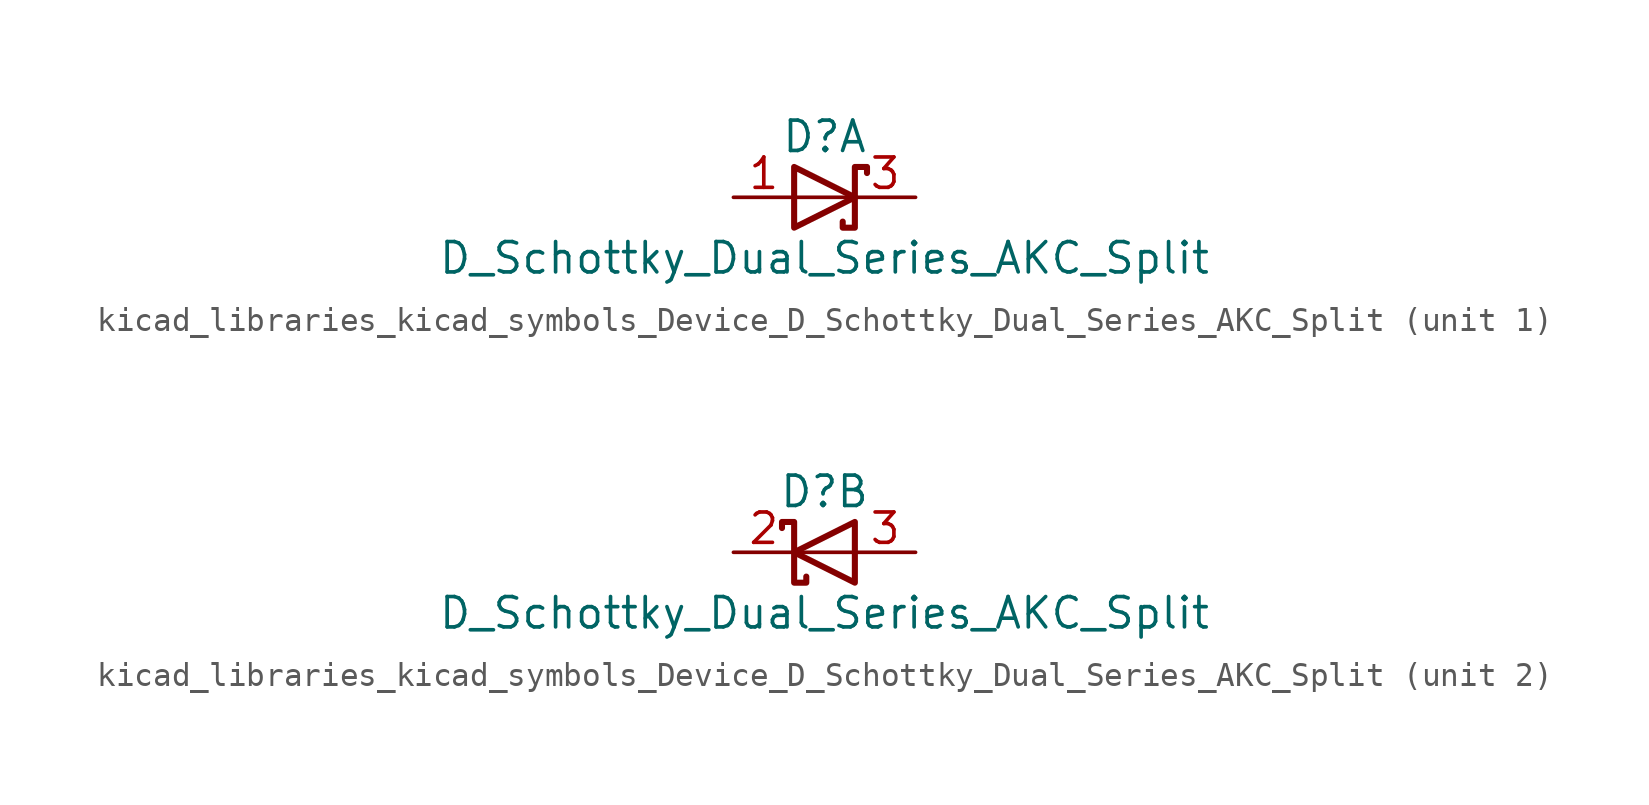
<source format=kicad_sym>
(kicad_symbol_lib
  (version 20220914)
  (generator kicad_symbol_editor)
  (symbol "kicad_libraries_kicad_symbols_Device_D_Schottky_Dual_Series_AKC_Split"
    (pin_names
      (offset 0.762) hide)
    (property "Reference" "D"
      (at 0 2.54 0)
      (effects (font (size 1.27 1.27))))
    (property "Value" "D_Schottky_Dual_Series_AKC_Split"
      (at 0 -2.54 0)
      (effects (font (size 1.27 1.27))))
    (property "ki_locked" ""
      (at 0 0 0)
      (effects (font (size 1.27 1.27))))
    (symbol "kicad_libraries_kicad_symbols_Device_D_Schottky_Dual_Series_AKC_Split_0_1"
      (pin passive line (at 3.81 0 180) (length 2.54) (name "K" (effects (font (size 1.27 1.27)))) (number "3" (effects (font (size 1.27 1.27))))))
    (symbol "kicad_libraries_kicad_symbols_Device_D_Schottky_Dual_Series_AKC_Split_1_1"
      (polyline (pts (xy 1.27 0) (xy -1.27 0)) (stroke (width 0) (type default)) (fill (type none)))
      (polyline (pts (xy -1.27 1.27) (xy 1.27 0) (xy -1.27 -1.27) (xy -1.27 1.27) (xy -1.27 1.27) (xy -1.27 1.27)) (stroke (width 0.254) (type default)) (fill (type none)))
      (polyline (pts (xy 1.778 1.016) (xy 1.778 1.27) (xy 1.27 1.27) (xy 1.27 -1.27) (xy 0.762 -1.27) (xy 0.762 -1.016)) (stroke (width 0.254) (type default)) (fill (type none)))
      (pin passive line (at -3.81 0 0) (length 2.54) (name "A" (effects (font (size 1.27 1.27)))) (number "1" (effects (font (size 1.27 1.27))))))
    (symbol "kicad_libraries_kicad_symbols_Device_D_Schottky_Dual_Series_AKC_Split_2_1"
      (polyline (pts (xy -1.27 0) (xy 1.27 0)) (stroke (width 0) (type default)) (fill (type none)))
      (polyline (pts (xy -1.778 1.016) (xy -1.778 1.27) (xy -1.27 1.27) (xy -1.27 -1.27) (xy -0.762 -1.27) (xy -0.762 -1.016)) (stroke (width 0.254) (type default)) (fill (type none)))
      (polyline (pts (xy 1.27 1.27) (xy -1.27 0) (xy 1.27 -1.27) (xy 1.27 1.27) (xy 1.27 1.27) (xy 1.27 1.27)) (stroke (width 0.254) (type default)) (fill (type none)))
      (pin passive line (at -3.81 0 0) (length 2.54) (name "K" (effects (font (size 1.27 1.27)))) (number "2" (effects (font (size 1.27 1.27))))))))
</source>
